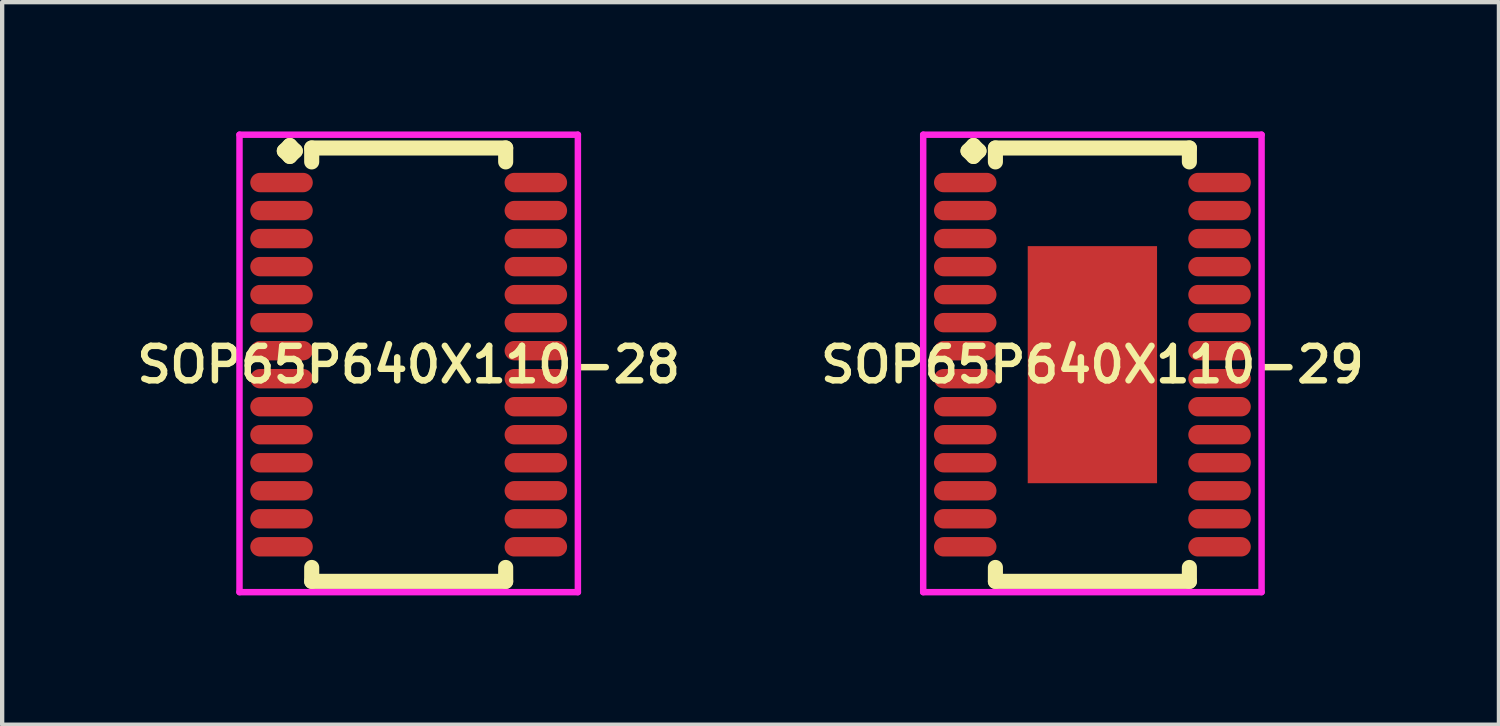
<source format=kicad_pcb>
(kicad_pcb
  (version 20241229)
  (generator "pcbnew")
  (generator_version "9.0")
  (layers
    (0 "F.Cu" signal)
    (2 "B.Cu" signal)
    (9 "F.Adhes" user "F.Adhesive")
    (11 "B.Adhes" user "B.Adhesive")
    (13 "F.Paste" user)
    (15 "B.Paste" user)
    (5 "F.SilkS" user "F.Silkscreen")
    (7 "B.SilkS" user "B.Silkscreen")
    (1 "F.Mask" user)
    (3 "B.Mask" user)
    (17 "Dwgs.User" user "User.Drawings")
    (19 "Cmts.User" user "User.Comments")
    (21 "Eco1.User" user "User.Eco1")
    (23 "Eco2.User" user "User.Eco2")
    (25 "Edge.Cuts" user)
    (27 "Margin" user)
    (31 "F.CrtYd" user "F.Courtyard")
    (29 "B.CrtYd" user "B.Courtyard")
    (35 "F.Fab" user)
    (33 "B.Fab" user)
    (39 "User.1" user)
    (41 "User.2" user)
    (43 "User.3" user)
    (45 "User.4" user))
  (footprint "SOP65P640X110-29"
    (layer "F.Cu")
    (at 22.292 5.41)
    (property "Reference" "SOP65P640X110-29" (at 0 0 0) (layer "F.SilkS") (effects (font (size 0.8 0.8) (thickness 0.15))))
    (attr smd)
    (fp_line (start -2.885 -4.958) (end -2.758 -5.085) (stroke (width 0.35) (type solid)) (layer "F.SilkS"))
    (fp_line (start -2.758 -5.085) (end -2.631 -4.958) (stroke (width 0.35) (type solid)) (layer "F.SilkS"))
    (fp_line (start -2.758 -4.831) (end -2.885 -4.958) (stroke (width 0.35) (type solid)) (layer "F.SilkS"))
    (fp_line (start -2.631 -4.958) (end -2.758 -4.831) (stroke (width 0.35) (type solid)) (layer "F.SilkS"))
    (fp_line (start -2.25 -5.027) (end 2.25 -5.027) (stroke (width 0.35) (type solid)) (layer "F.SilkS"))
    (fp_line (start -2.25 -4.704) (end -2.25 -5.027) (stroke (width 0.35) (type solid)) (layer "F.SilkS"))
    (fp_line (start -2.25 4.704) (end -2.25 5.027) (stroke (width 0.35) (type solid)) (layer "F.SilkS"))
    (fp_line (start -2.25 5.027) (end 2.25 5.027) (stroke (width 0.35) (type solid)) (layer "F.SilkS"))
    (fp_line (start 2.25 -5.027) (end 2.25 -4.704) (stroke (width 0.35) (type solid)) (layer "F.SilkS"))
    (fp_line (start 2.25 5.027) (end 2.25 4.704) (stroke (width 0.35) (type solid)) (layer "F.SilkS"))
    (fp_line (start -3.925 -5.335) (end 3.925 -5.335) (stroke (width 0.15) (type solid)) (layer "F.CrtYd"))
    (fp_line (start -3.925 5.277) (end -3.925 -5.335) (stroke (width 0.15) (type solid)) (layer "F.CrtYd"))
    (fp_line (start 3.925 -5.335) (end 3.925 5.277) (stroke (width 0.15) (type solid)) (layer "F.CrtYd"))
    (fp_line (start 3.925 5.277) (end -3.925 5.277) (stroke (width 0.15) (type solid)) (layer "F.CrtYd"))
    (pad "1" smd oval (at -2.95 -4.225) (size 1.45 0.45) (layers "F.Cu" "F.Mask" "F.Paste"))
    (pad "2" smd oval (at -2.95 -3.575) (size 1.45 0.45) (layers "F.Cu" "F.Mask" "F.Paste"))
    (pad "3" smd oval (at -2.95 -2.925) (size 1.45 0.45) (layers "F.Cu" "F.Mask" "F.Paste"))
    (pad "4" smd oval (at -2.95 -2.275) (size 1.45 0.45) (layers "F.Cu" "F.Mask" "F.Paste"))
    (pad "5" smd oval (at -2.95 -1.625) (size 1.45 0.45) (layers "F.Cu" "F.Mask" "F.Paste"))
    (pad "6" smd oval (at -2.95 -0.975) (size 1.45 0.45) (layers "F.Cu" "F.Mask" "F.Paste"))
    (pad "7" smd oval (at -2.95 -0.325) (size 1.45 0.45) (layers "F.Cu" "F.Mask" "F.Paste"))
    (pad "8" smd oval (at -2.95 0.325) (size 1.45 0.45) (layers "F.Cu" "F.Mask" "F.Paste"))
    (pad "9" smd oval (at -2.95 0.975) (size 1.45 0.45) (layers "F.Cu" "F.Mask" "F.Paste"))
    (pad "10" smd oval (at -2.95 1.625) (size 1.45 0.45) (layers "F.Cu" "F.Mask" "F.Paste"))
    (pad "11" smd oval (at -2.95 2.275) (size 1.45 0.45) (layers "F.Cu" "F.Mask" "F.Paste"))
    (pad "12" smd oval (at -2.95 2.925) (size 1.45 0.45) (layers "F.Cu" "F.Mask" "F.Paste"))
    (pad "13" smd oval (at -2.95 3.575) (size 1.45 0.45) (layers "F.Cu" "F.Mask" "F.Paste"))
    (pad "14" smd oval (at -2.95 4.225) (size 1.45 0.45) (layers "F.Cu" "F.Mask" "F.Paste"))
    (pad "15" smd oval (at 2.95 4.225) (size 1.45 0.45) (layers "F.Cu" "F.Mask" "F.Paste"))
    (pad "16" smd oval (at 2.95 3.575) (size 1.45 0.45) (layers "F.Cu" "F.Mask" "F.Paste"))
    (pad "17" smd oval (at 2.95 2.925) (size 1.45 0.45) (layers "F.Cu" "F.Mask" "F.Paste"))
    (pad "18" smd oval (at 2.95 2.275) (size 1.45 0.45) (layers "F.Cu" "F.Mask" "F.Paste"))
    (pad "19" smd oval (at 2.95 1.625) (size 1.45 0.45) (layers "F.Cu" "F.Mask" "F.Paste"))
    (pad "20" smd oval (at 2.95 0.975) (size 1.45 0.45) (layers "F.Cu" "F.Mask" "F.Paste"))
    (pad "21" smd oval (at 2.95 0.325) (size 1.45 0.45) (layers "F.Cu" "F.Mask" "F.Paste"))
    (pad "22" smd oval (at 2.95 -0.325) (size 1.45 0.45) (layers "F.Cu" "F.Mask" "F.Paste"))
    (pad "23" smd oval (at 2.95 -0.975) (size 1.45 0.45) (layers "F.Cu" "F.Mask" "F.Paste"))
    (pad "24" smd oval (at 2.95 -1.625) (size 1.45 0.45) (layers "F.Cu" "F.Mask" "F.Paste"))
    (pad "25" smd oval (at 2.95 -2.275) (size 1.45 0.45) (layers "F.Cu" "F.Mask" "F.Paste"))
    (pad "26" smd oval (at 2.95 -2.925) (size 1.45 0.45) (layers "F.Cu" "F.Mask" "F.Paste"))
    (pad "27" smd oval (at 2.95 -3.575) (size 1.45 0.45) (layers "F.Cu" "F.Mask" "F.Paste"))
    (pad "28" smd oval (at 2.95 -4.225) (size 1.45 0.45) (layers "F.Cu" "F.Mask" "F.Paste"))
    (pad "29" smd rect (at 0 0) (size 3 5.5) (layers "F.Cu" "F.Mask" "F.Paste")))
  (footprint "SOP65P640X110-28"
    (layer "F.Cu")
    (at 6.431 5.41)
    (property "Reference" "SOP65P640X110-28" (at 0 0 0) (layer "F.SilkS") (effects (font (size 0.8 0.8) (thickness 0.15))))
    (attr smd)
    (fp_line (start -2.885 -4.958) (end -2.758 -5.085) (stroke (width 0.35) (type solid)) (layer "F.SilkS"))
    (fp_line (start -2.758 -5.085) (end -2.631 -4.958) (stroke (width 0.35) (type solid)) (layer "F.SilkS"))
    (fp_line (start -2.758 -4.831) (end -2.885 -4.958) (stroke (width 0.35) (type solid)) (layer "F.SilkS"))
    (fp_line (start -2.631 -4.958) (end -2.758 -4.831) (stroke (width 0.35) (type solid)) (layer "F.SilkS"))
    (fp_line (start -2.25 -5.027) (end 2.25 -5.027) (stroke (width 0.35) (type solid)) (layer "F.SilkS"))
    (fp_line (start -2.25 -4.704) (end -2.25 -5.027) (stroke (width 0.35) (type solid)) (layer "F.SilkS"))
    (fp_line (start -2.25 4.704) (end -2.25 5.027) (stroke (width 0.35) (type solid)) (layer "F.SilkS"))
    (fp_line (start -2.25 5.027) (end 2.25 5.027) (stroke (width 0.35) (type solid)) (layer "F.SilkS"))
    (fp_line (start 2.25 -5.027) (end 2.25 -4.704) (stroke (width 0.35) (type solid)) (layer "F.SilkS"))
    (fp_line (start 2.25 5.027) (end 2.25 4.704) (stroke (width 0.35) (type solid)) (layer "F.SilkS"))
    (fp_line (start -3.925 -5.335) (end 3.925 -5.335) (stroke (width 0.15) (type solid)) (layer "F.CrtYd"))
    (fp_line (start -3.925 5.277) (end -3.925 -5.335) (stroke (width 0.15) (type solid)) (layer "F.CrtYd"))
    (fp_line (start 3.925 -5.335) (end 3.925 5.277) (stroke (width 0.15) (type solid)) (layer "F.CrtYd"))
    (fp_line (start 3.925 5.277) (end -3.925 5.277) (stroke (width 0.15) (type solid)) (layer "F.CrtYd"))
    (pad "1" smd oval (at -2.95 -4.225) (size 1.45 0.45) (layers "F.Cu" "F.Mask" "F.Paste"))
    (pad "2" smd oval (at -2.95 -3.575) (size 1.45 0.45) (layers "F.Cu" "F.Mask" "F.Paste"))
    (pad "3" smd oval (at -2.95 -2.925) (size 1.45 0.45) (layers "F.Cu" "F.Mask" "F.Paste"))
    (pad "4" smd oval (at -2.95 -2.275) (size 1.45 0.45) (layers "F.Cu" "F.Mask" "F.Paste"))
    (pad "5" smd oval (at -2.95 -1.625) (size 1.45 0.45) (layers "F.Cu" "F.Mask" "F.Paste"))
    (pad "6" smd oval (at -2.95 -0.975) (size 1.45 0.45) (layers "F.Cu" "F.Mask" "F.Paste"))
    (pad "7" smd oval (at -2.95 -0.325) (size 1.45 0.45) (layers "F.Cu" "F.Mask" "F.Paste"))
    (pad "8" smd oval (at -2.95 0.325) (size 1.45 0.45) (layers "F.Cu" "F.Mask" "F.Paste"))
    (pad "9" smd oval (at -2.95 0.975) (size 1.45 0.45) (layers "F.Cu" "F.Mask" "F.Paste"))
    (pad "10" smd oval (at -2.95 1.625) (size 1.45 0.45) (layers "F.Cu" "F.Mask" "F.Paste"))
    (pad "11" smd oval (at -2.95 2.275) (size 1.45 0.45) (layers "F.Cu" "F.Mask" "F.Paste"))
    (pad "12" smd oval (at -2.95 2.925) (size 1.45 0.45) (layers "F.Cu" "F.Mask" "F.Paste"))
    (pad "13" smd oval (at -2.95 3.575) (size 1.45 0.45) (layers "F.Cu" "F.Mask" "F.Paste"))
    (pad "14" smd oval (at -2.95 4.225) (size 1.45 0.45) (layers "F.Cu" "F.Mask" "F.Paste"))
    (pad "15" smd oval (at 2.95 4.225) (size 1.45 0.45) (layers "F.Cu" "F.Mask" "F.Paste"))
    (pad "16" smd oval (at 2.95 3.575) (size 1.45 0.45) (layers "F.Cu" "F.Mask" "F.Paste"))
    (pad "17" smd oval (at 2.95 2.925) (size 1.45 0.45) (layers "F.Cu" "F.Mask" "F.Paste"))
    (pad "18" smd oval (at 2.95 2.275) (size 1.45 0.45) (layers "F.Cu" "F.Mask" "F.Paste"))
    (pad "19" smd oval (at 2.95 1.625) (size 1.45 0.45) (layers "F.Cu" "F.Mask" "F.Paste"))
    (pad "20" smd oval (at 2.95 0.975) (size 1.45 0.45) (layers "F.Cu" "F.Mask" "F.Paste"))
    (pad "21" smd oval (at 2.95 0.325) (size 1.45 0.45) (layers "F.Cu" "F.Mask" "F.Paste"))
    (pad "22" smd oval (at 2.95 -0.325) (size 1.45 0.45) (layers "F.Cu" "F.Mask" "F.Paste"))
    (pad "23" smd oval (at 2.95 -0.975) (size 1.45 0.45) (layers "F.Cu" "F.Mask" "F.Paste"))
    (pad "24" smd oval (at 2.95 -1.625) (size 1.45 0.45) (layers "F.Cu" "F.Mask" "F.Paste"))
    (pad "25" smd oval (at 2.95 -2.275) (size 1.45 0.45) (layers "F.Cu" "F.Mask" "F.Paste"))
    (pad "26" smd oval (at 2.95 -2.925) (size 1.45 0.45) (layers "F.Cu" "F.Mask" "F.Paste"))
    (pad "27" smd oval (at 2.95 -3.575) (size 1.45 0.45) (layers "F.Cu" "F.Mask" "F.Paste"))
    (pad "28" smd oval (at 2.95 -4.225) (size 1.45 0.45) (layers "F.Cu" "F.Mask" "F.Paste")))
  (gr_rect
    (start -3 -3)
    (end 31.723 13.762)
    (stroke (width 0.1) (type default))
    (fill no)
    (layer "Edge.Cuts")))
</source>
